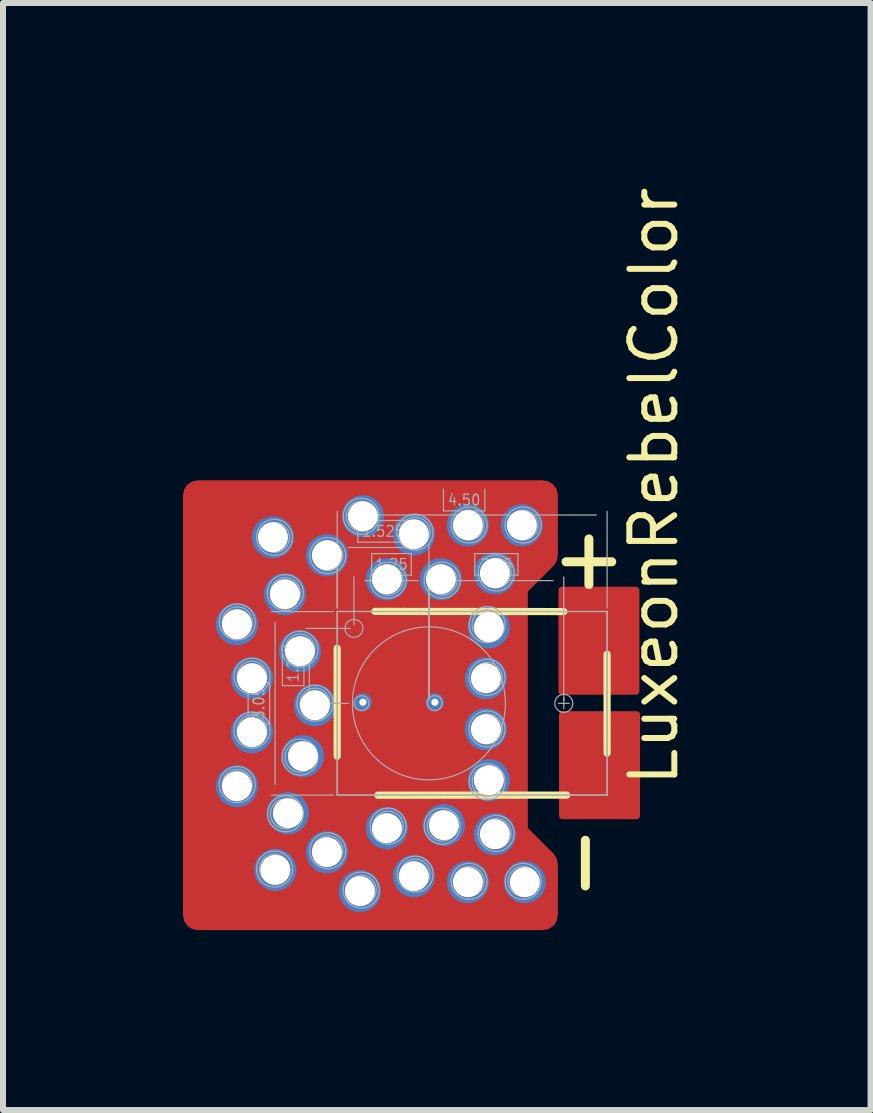
<source format=kicad_pcb>
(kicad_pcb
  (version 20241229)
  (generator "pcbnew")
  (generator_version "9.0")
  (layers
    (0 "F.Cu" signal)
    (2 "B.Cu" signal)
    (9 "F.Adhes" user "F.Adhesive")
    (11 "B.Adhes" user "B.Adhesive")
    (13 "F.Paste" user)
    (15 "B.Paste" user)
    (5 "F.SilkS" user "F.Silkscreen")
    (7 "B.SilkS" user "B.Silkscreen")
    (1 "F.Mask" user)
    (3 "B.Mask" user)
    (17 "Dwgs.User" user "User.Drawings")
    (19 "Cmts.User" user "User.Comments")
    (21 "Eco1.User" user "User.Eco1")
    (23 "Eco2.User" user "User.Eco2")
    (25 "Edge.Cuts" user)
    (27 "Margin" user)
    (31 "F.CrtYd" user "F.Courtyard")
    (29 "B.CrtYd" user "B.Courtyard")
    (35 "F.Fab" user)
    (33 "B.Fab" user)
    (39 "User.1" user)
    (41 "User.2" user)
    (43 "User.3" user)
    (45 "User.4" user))
  (footprint "LuxeonRebelColor"
    (layer "F.Cu")
    (at 3.65 8.657)
    (property "Reference" "LuxeonRebelColor" (at 4.2 -3.6 90) (layer "F.SilkS") (effects (font (size 0.75 0.75) (thickness 0.1))))
    (attr through_hole)
    (fp_line (start -0.928 -0.939) (end -1.446 -1.456) (stroke (width 0.02) (type solid)) (layer "F.Mask"))
    (fp_line (start -0.928 0.971) (end -1.446 1.489) (stroke (width 0.02) (type solid)) (layer "F.Mask"))
    (fp_line (start -0.899 -0.559) (end -0.899 -0.868) (stroke (width 0.02) (type solid)) (layer "F.Mask"))
    (fp_line (start -0.899 0.591) (end -0.899 0.901) (stroke (width 0.02) (type solid)) (layer "F.Mask"))
    (fp_line (start -0.799 -0.459) (end -0.674 -0.459) (stroke (width 0.02) (type solid)) (layer "F.Mask"))
    (fp_line (start -0.674 0.491) (end -0.799 0.491) (stroke (width 0.02) (type solid)) (layer "F.Mask"))
    (fp_line (start -0.504 -1.363) (end -1.021 -1.881) (stroke (width 0.02) (type solid)) (layer "F.Mask"))
    (fp_line (start -0.504 1.396) (end -1.021 1.914) (stroke (width 0.02) (type solid)) (layer "F.Mask"))
    (fp_line (start -0.433 -1.334) (end 0.671 -1.334) (stroke (width 0.02) (type solid)) (layer "F.Mask"))
    (fp_line (start -0.433 1.366) (end 0.671 1.366) (stroke (width 0.02) (type solid)) (layer "F.Mask"))
    (fp_line (start 0.546 -0.459) (end 0.671 -0.459) (stroke (width 0.02) (type solid)) (layer "F.Mask"))
    (fp_line (start 0.671 0.491) (end 0.546 0.491) (stroke (width 0.02) (type solid)) (layer "F.Mask"))
    (fp_line (start 0.771 -1.234) (end 0.771 -0.559) (stroke (width 0.02) (type solid)) (layer "F.Mask"))
    (fp_line (start 0.771 0.591) (end 0.771 1.266) (stroke (width 0.02) (type solid)) (layer "F.Mask"))
    (fp_line (start 2.671 -0.336) (end 2.671 -1.236) (stroke (width 0.02) (type solid)) (layer "F.Mask"))
    (fp_line (start 2.671 0.366) (end 2.671 1.266) (stroke (width 0.02) (type solid)) (layer "F.Mask"))
    (fp_line (start 2.847 -1.366) (end 3.282 -1.802) (stroke (width 0.02) (type solid)) (layer "F.Mask"))
    (fp_line (start 2.847 1.396) (end 3.282 1.832) (stroke (width 0.02) (type solid)) (layer "F.Mask"))
    (fp_line (start 3.141 -0.236) (end 2.771 -0.236) (stroke (width 0.02) (type solid)) (layer "F.Mask"))
    (fp_line (start 3.141 0.266) (end 2.771 0.266) (stroke (width 0.02) (type solid)) (layer "F.Mask"))
    (fp_line (start 3.241 -0.871) (end 3.241 -0.336) (stroke (width 0.02) (type solid)) (layer "F.Mask"))
    (fp_line (start 3.241 0.901) (end 3.241 0.366) (stroke (width 0.02) (type solid)) (layer "F.Mask"))
    (fp_line (start 3.271 -0.941) (end 3.707 -1.377) (stroke (width 0.02) (type solid)) (layer "F.Mask"))
    (fp_line (start 3.271 0.971) (end 3.707 1.407) (stroke (width 0.02) (type solid)) (layer "F.Mask"))
    (fp_arc (start -1.469815 -1.558875) (mid -1.337503 -1.77238) (end -1.124058 -1.904788) (stroke (width 0.02) (type solid)) (layer "F.Mask"))
    (fp_arc (start -1.46974 1.591984) (mid -1.472322 1.537253) (end -1.445676 1.489377) (stroke (width 0.02) (type solid)) (layer "F.Mask"))
    (fp_arc (start -1.445692 -1.456507) (mid -1.472327 -1.504389) (end -1.469733 -1.559119) (stroke (width 0.02) (type solid)) (layer "F.Mask"))
    (fp_arc (start -1.124034 -1.904796) (mid -1.069303 -1.907375) (end -1.021428 -1.880727) (stroke (width 0.02) (type solid)) (layer "F.Mask"))
    (fp_arc (start -1.123814 1.937756) (mid -1.337321 1.805448) (end -1.469733 1.592005) (stroke (width 0.02) (type solid)) (layer "F.Mask"))
    (fp_arc (start -1.021447 1.913631) (mid -1.069328 1.940267) (end -1.124058 1.937674) (stroke (width 0.02) (type solid)) (layer "F.Mask"))
    (fp_arc (start -0.927807 -0.938598) (mid -0.90613 -0.906156) (end -0.898518 -0.867887) (stroke (width 0.02) (type solid)) (layer "F.Mask"))
    (fp_arc (start -0.898518 0.591418) (mid -0.869229 0.520707) (end -0.798518 0.491418) (stroke (width 0.02) (type solid)) (layer "F.Mask"))
    (fp_arc (start -0.898518 0.90077) (mid -0.906129 0.939039) (end -0.927805 0.971482) (stroke (width 0.02) (type solid)) (layer "F.Mask"))
    (fp_arc (start -0.798518 -0.458582) (mid -0.869229 -0.487871) (end -0.898518 -0.558582) (stroke (width 0.02) (type solid)) (layer "F.Mask"))
    (fp_arc (start -0.673518 -0.458582) (mid -0.337642 -0.319458) (end -0.198518 0.016418) (stroke (width 0.02) (type solid)) (layer "F.Mask"))
    (fp_arc (start -0.503569 1.395729) (mid -0.471127 1.374052) (end -0.432858 1.36644) (stroke (width 0.02) (type solid)) (layer "F.Mask"))
    (fp_arc (start -0.43286 -1.333554) (mid -0.471128 -1.341167) (end -0.50357 -1.362845) (stroke (width 0.02) (type solid)) (layer "F.Mask"))
    (fp_arc (start -0.198518 0.016418) (mid -0.337642 0.352294) (end -0.673518 0.491418) (stroke (width 0.02) (type solid)) (layer "F.Mask"))
    (fp_arc (start 0.071482 0.016418) (mid 0.210606 -0.319458) (end 0.546482 -0.458582) (stroke (width 0.02) (type solid)) (layer "F.Mask"))
    (fp_arc (start 0.546482 0.491418) (mid 0.210606 0.352294) (end 0.071482 0.016418) (stroke (width 0.02) (type solid)) (layer "F.Mask"))
    (fp_arc (start 0.671481 -1.333554) (mid 0.742192 -1.304265) (end 0.771481 -1.233554) (stroke (width 0.02) (type solid)) (layer "F.Mask"))
    (fp_arc (start 0.671482 0.491418) (mid 0.742193 0.520707) (end 0.771482 0.591418) (stroke (width 0.02) (type solid)) (layer "F.Mask"))
    (fp_arc (start 0.771481 -0.558582) (mid 0.742192 -0.487871) (end 0.671481 -0.458582) (stroke (width 0.02) (type solid)) (layer "F.Mask"))
    (fp_arc (start 0.771481 1.26644) (mid 0.742192 1.337151) (end 0.671481 1.36644) (stroke (width 0.02) (type solid)) (layer "F.Mask"))
    (fp_arc (start 2.671478 -1.23639) (mid 2.700767 -1.307101) (end 2.771478 -1.33639) (stroke (width 0.02) (type solid)) (layer "F.Mask"))
    (fp_arc (start 2.671478 0.366392) (mid 2.700767 0.295681) (end 2.771478 0.266392) (stroke (width 0.02) (type solid)) (layer "F.Mask"))
    (fp_arc (start 2.771478 -0.236392) (mid 2.700767 -0.265681) (end 2.671478 -0.336392) (stroke (width 0.02) (type solid)) (layer "F.Mask"))
    (fp_arc (start 2.771478 1.36639) (mid 2.700767 1.337101) (end 2.671478 1.26639) (stroke (width 0.02) (type solid)) (layer "F.Mask"))
    (fp_arc (start 2.775824 1.36639) (mid 2.814092 1.374003) (end 2.846534 1.395681) (stroke (width 0.02) (type solid)) (layer "F.Mask"))
    (fp_arc (start 2.846534 -1.365681) (mid 2.814092 -1.344003) (end 2.775824 -1.33639) (stroke (width 0.02) (type solid)) (layer "F.Mask"))
    (fp_arc (start 3.141479 0.266392) (mid 3.21219 0.295681) (end 3.241479 0.366392) (stroke (width 0.02) (type solid)) (layer "F.Mask"))
    (fp_arc (start 3.241479 -0.336392) (mid 3.21219 -0.265681) (end 3.141479 -0.236392) (stroke (width 0.02) (type solid)) (layer "F.Mask"))
    (fp_arc (start 3.241481 -0.870722) (mid 3.249093 -0.90899) (end 3.27077 -0.941433) (stroke (width 0.02) (type solid)) (layer "F.Mask"))
    (fp_arc (start 3.27077 0.971433) (mid 3.249093 0.938991) (end 3.241481 0.900722) (stroke (width 0.02) (type solid)) (layer "F.Mask"))
    (fp_arc (start 3.282453 -1.80162) (mid 3.323259 -1.826334) (end 3.370871 -1.829331) (stroke (width 0.02) (type solid)) (layer "F.Mask"))
    (fp_arc (start 3.37079 -1.829346) (mid 3.609676 -1.704585) (end 3.734426 -1.465694) (stroke (width 0.02) (type solid)) (layer "F.Mask"))
    (fp_arc (start 3.370871 1.859331) (mid 3.323259 1.856334) (end 3.282453 1.83162) (stroke (width 0.02) (type solid)) (layer "F.Mask"))
    (fp_arc (start 3.706637 1.407321) (mid 3.731385 1.448106) (end 3.734421 1.495716) (stroke (width 0.02) (type solid)) (layer "F.Mask"))
    (fp_arc (start 3.734421 -1.465716) (mid 3.731385 -1.418106) (end 3.706637 -1.377321) (stroke (width 0.02) (type solid)) (layer "F.Mask"))
    (fp_arc (start 3.734426 1.495694) (mid 3.609676 1.734586) (end 3.37079 1.859346) (stroke (width 0.02) (type solid)) (layer "F.Mask"))
    (fp_poly (pts (xy 2.67 0.425) (xy 2.67 0.35) (xy 2.695 0.3) (xy 2.745 0.275) (xy 3.17 0.275) (xy 3.22 0.3) (xy 3.236 0.366) (xy 3.245 0.95) (xy 3.72 1.425) (xy 3.729 1.496) (xy 3.645 1.7) (xy 3.52 1.8) (xy 3.42 1.85) (xy 3.32 1.85) (xy 3.145 1.7) (xy 2.82 1.375) (xy 2.766 1.366) (xy 2.72 1.35) (xy 2.67 1.3)) (stroke (width 0.01) (type solid)) (fill yes) (layer "F.Mask"))
    (fp_poly (pts (xy 2.675 -0.39) (xy 2.675 -0.315) (xy 2.7 -0.265) (xy 2.75 -0.24) (xy 3.175 -0.24) (xy 3.225 -0.265) (xy 3.241 -0.331) (xy 3.25 -0.915) (xy 3.725 -1.39) (xy 3.734 -1.461) (xy 3.65 -1.665) (xy 3.525 -1.765) (xy 3.425 -1.815) (xy 3.325 -1.815) (xy 3.15 -1.665) (xy 2.825 -1.34) (xy 2.771 -1.331) (xy 2.725 -1.315) (xy 2.675 -1.265)) (stroke (width 0.01) (type solid)) (fill yes) (layer "F.Mask"))
    (fp_poly (pts (xy 0.76 -0.565) (xy 0.76 -1.255) (xy 0.73 -1.305) (xy 0.66 -1.325) (xy -0.45 -1.325) (xy -0.51 -1.355) (xy -1.04 -1.885) (xy -1.08 -1.905) (xy -1.15 -1.885) (xy -1.25 -1.835) (xy -1.37 -1.725) (xy -1.44 -1.605) (xy -1.47 -1.535) (xy -1.45 -1.475) (xy -0.91 -0.935) (xy -0.89 -0.895) (xy -0.89 -0.545) (xy -0.87 -0.505) (xy -0.84 -0.475) (xy -0.78 -0.465) (xy -0.63 -0.465) (xy -0.51 -0.445) (xy -0.4 -0.385) (xy -0.29 -0.285) (xy -0.22 -0.165) (xy -0.2 -0.075) (xy -0.19 0.015) (xy -0.2 0.125) (xy -0.24 0.235) (xy -0.34 0.375) (xy -0.47 0.455) (xy -0.57 0.495) (xy -0.7 0.505) (xy -0.82 0.505) (xy -0.86 0.525) (xy -0.88 0.555) (xy -0.89 0.635) (xy -0.89 0.905) (xy -0.9 0.955) (xy -1.45 1.515) (xy -1.46 1.555) (xy -1.45 1.605) (xy -1.39 1.725) (xy -1.28 1.845) (xy -1.13 1.925) (xy -1.07 1.935) (xy -1.02 1.895) (xy -0.5 1.375) (xy -0.44 1.355) (xy 0.69 1.355) (xy 0.73 1.335) (xy 0.76 1.285) (xy 0.76 0.575) (xy 0.74 0.525) (xy 0.7 0.505) (xy 0.46 0.495) (xy 0.36 0.465) (xy 0.26 0.415) (xy 0.17 0.325) (xy 0.11 0.225) (xy 0.07 0.125) (xy 0.06 0.045) (xy 0.06 -0.035) (xy 0.09 -0.165) (xy 0.15 -0.265) (xy 0.24 -0.365) (xy 0.33 -0.415) (xy 0.43 -0.455) (xy 0.54 -0.475) (xy 0.69 -0.465) (xy 0.74 -0.495) (xy 0.76 -0.545)) (stroke (width 0.03) (type solid)) (fill yes) (layer "F.Mask"))
    (fp_line (start -1.079 0.9) (end -1.079 -0.9) (stroke (width 0.12) (type solid)) (layer "F.SilkS"))
    (fp_line (start -0.45 -1.514) (end 2.7 -1.511) (stroke (width 0.12) (type solid)) (layer "F.SilkS"))
    (fp_line (start 2.75 1.549) (end -0.4 1.55) (stroke (width 0.12) (type solid)) (layer "F.SilkS"))
    (fp_line (start 3.421 -0.8) (end 3.421 0.85) (stroke (width 0.12) (type solid)) (layer "F.SilkS"))
    (fp_poly (pts (xy 0.7 -0.55) (xy 0.7 -1.25) (xy -0.8 -1.25) (xy -0.8 -0.55)) (stroke (width 0.1) (type solid)) (fill yes) (layer "F.Paste"))
    (fp_poly (pts (xy 0.7 1.3) (xy 0.7 0.55) (xy -0.8 0.55) (xy -0.8 1.3)) (stroke (width 0.1) (type solid)) (fill yes) (layer "F.Paste"))
    (fp_poly (pts (xy 2.75 -1.25) (xy 3.15 -1.25) (xy 3.15 -0.3) (xy 2.75 -0.3)) (stroke (width 0.1) (type solid)) (fill yes) (layer "F.Paste"))
    (fp_poly (pts (xy 2.75 0.35) (xy 3.15 0.35) (xy 3.15 1.3) (xy 2.75 1.3)) (stroke (width 0.1) (type solid)) (fill yes) (layer "F.Paste"))
    (fp_line (start -2.564 -0.326) (end -2.564 0.364) (stroke (width 0.02) (type solid)) (layer "F.Fab"))
    (fp_line (start -2.564 0.364) (end -2.204 0.364) (stroke (width 0.02) (type solid)) (layer "F.Fab"))
    (fp_line (start -2.204 -0.326) (end -2.564 -0.326) (stroke (width 0.02) (type solid)) (layer "F.Fab"))
    (fp_line (start -2.204 0.364) (end -2.204 -0.326) (stroke (width 0.02) (type solid)) (layer "F.Fab"))
    (fp_line (start -2.114 -1.691) (end -2.114 -1.882) (stroke (width 0.02) (type solid)) (layer "F.Fab"))
    (fp_line (start -2.114 1.369) (end -2.114 -1.331) (stroke (width 0.02) (type solid)) (layer "F.Fab"))
    (fp_line (start -1.993 -0.936) (end -1.993 -0.276) (stroke (width 0.02) (type solid)) (layer "F.Fab"))
    (fp_line (start -1.993 -0.276) (end -1.633 -0.276) (stroke (width 0.02) (type solid)) (layer "F.Fab"))
    (fp_line (start -1.633 -0.936) (end -1.993 -0.936) (stroke (width 0.02) (type solid)) (layer "F.Fab"))
    (fp_line (start -1.633 -0.276) (end -1.633 -0.936) (stroke (width 0.02) (type solid)) (layer "F.Fab"))
    (fp_line (start -1.543 -0.161) (end -1.543 -1.051) (stroke (width 0.02) (type solid)) (layer "F.Fab"))
    (fp_line (start -1.139 -1.511) (end -2.174 -1.511) (stroke (width 0.02) (type solid)) (layer "F.Fab"))
    (fp_line (start -1.139 1.549) (end -2.174 1.549) (stroke (width 0.02) (type solid)) (layer "F.Fab"))
    (fp_line (start -1.079 -1.571) (end -1.079 -3.181) (stroke (width 0.02) (type solid)) (layer "F.Fab"))
    (fp_line (start -1.079 -1.571) (end -1.079 -2.639) (stroke (width 0.02) (type solid)) (layer "F.Fab"))
    (fp_line (start -1.079 -1.514) (end 3.421 -1.514) (stroke (width 0.02) (type solid)) (layer "F.Fab"))
    (fp_line (start -1.079 -1.511) (end 3.421 -1.511) (stroke (width 0.02) (type solid)) (layer "F.Fab"))
    (fp_line (start -1.079 1.546) (end -1.079 -1.514) (stroke (width 0.02) (type solid)) (layer "F.Fab"))
    (fp_line (start -1.079 1.549) (end -1.079 -1.511) (stroke (width 0.02) (type solid)) (layer "F.Fab"))
    (fp_line (start -0.899 -3.121) (end 3.241 -3.121) (stroke (width 0.02) (type solid)) (layer "F.Fab"))
    (fp_line (start -0.899 -2.579) (end 0.271 -2.579) (stroke (width 0.02) (type solid)) (layer "F.Fab"))
    (fp_line (start -0.884 0.019) (end -1.603 0.019) (stroke (width 0.02) (type solid)) (layer "F.Fab"))
    (fp_line (start -0.859 -1.231) (end -1.603 -1.231) (stroke (width 0.02) (type solid)) (layer "F.Fab"))
    (fp_line (start -0.799 -1.291) (end -0.799 -2.088) (stroke (width 0.02) (type solid)) (layer "F.Fab"))
    (fp_line (start -0.734 -3.029) (end -0.734 -2.669) (stroke (width 0.02) (type solid)) (layer "F.Fab"))
    (fp_line (start -0.734 -2.669) (end 0.106 -2.669) (stroke (width 0.02) (type solid)) (layer "F.Fab"))
    (fp_line (start -0.504 -2.478) (end -0.504 -2.118) (stroke (width 0.02) (type solid)) (layer "F.Fab"))
    (fp_line (start -0.504 -2.118) (end 0.156 -2.118) (stroke (width 0.02) (type solid)) (layer "F.Fab"))
    (fp_line (start 0.106 -3.029) (end -0.734 -3.029) (stroke (width 0.02) (type solid)) (layer "F.Fab"))
    (fp_line (start 0.106 -2.669) (end 0.106 -3.029) (stroke (width 0.02) (type solid)) (layer "F.Fab"))
    (fp_line (start 0.156 -2.478) (end -0.504 -2.478) (stroke (width 0.02) (type solid)) (layer "F.Fab"))
    (fp_line (start 0.156 -2.118) (end 0.156 -2.478) (stroke (width 0.02) (type solid)) (layer "F.Fab"))
    (fp_line (start 0.271 -2.028) (end -0.619 -2.028) (stroke (width 0.02) (type solid)) (layer "F.Fab"))
    (fp_line (start 0.451 -0.101) (end 0.451 -2.088) (stroke (width 0.02) (type solid)) (layer "F.Fab"))
    (fp_line (start 0.451 -0.041) (end 0.451 -2.639) (stroke (width 0.02) (type solid)) (layer "F.Fab"))
    (fp_line (start 0.451 -0.041) (end 0.451 -2.088) (stroke (width 0.02) (type solid)) (layer "F.Fab"))
    (fp_line (start 0.631 -2.028) (end 2.519 -2.028) (stroke (width 0.02) (type solid)) (layer "F.Fab"))
    (fp_line (start 0.693 -3.55) (end 0.693 -3.19) (stroke (width 0.02) (type solid)) (layer "F.Fab"))
    (fp_line (start 0.693 -3.19) (end 1.383 -3.19) (stroke (width 0.02) (type solid)) (layer "F.Fab"))
    (fp_line (start 1.215 -2.478) (end 1.215 -2.118) (stroke (width 0.02) (type solid)) (layer "F.Fab"))
    (fp_line (start 1.215 -2.118) (end 1.935 -2.118) (stroke (width 0.02) (type solid)) (layer "F.Fab"))
    (fp_line (start 1.383 -3.19) (end 1.383 -3.55) (stroke (width 0.02) (type solid)) (layer "F.Fab"))
    (fp_line (start 1.935 -2.478) (end 1.215 -2.478) (stroke (width 0.02) (type solid)) (layer "F.Fab"))
    (fp_line (start 1.935 -2.118) (end 1.935 -2.478) (stroke (width 0.02) (type solid)) (layer "F.Fab"))
    (fp_line (start 2.609 0.019) (end 2.789 0.019) (stroke (width 0.02) (type solid)) (layer "F.Fab"))
    (fp_line (start 2.699 -0.041) (end 2.699 -2.088) (stroke (width 0.02) (type solid)) (layer "F.Fab"))
    (fp_line (start 2.699 0.109) (end 2.699 -0.071) (stroke (width 0.02) (type solid)) (layer "F.Fab"))
    (fp_line (start 3.421 -1.571) (end 3.421 -3.181) (stroke (width 0.02) (type solid)) (layer "F.Fab"))
    (fp_line (start 3.421 -1.514) (end 3.421 1.546) (stroke (width 0.02) (type solid)) (layer "F.Fab"))
    (fp_line (start 3.421 -1.511) (end 3.421 1.549) (stroke (width 0.02) (type solid)) (layer "F.Fab"))
    (fp_line (start 3.421 1.546) (end -1.079 1.546) (stroke (width 0.02) (type solid)) (layer "F.Fab"))
    (fp_line (start 3.421 1.549) (end -1.079 1.549) (stroke (width 0.02) (type solid)) (layer "F.Fab"))
    (fp_circle (center -2.744 -1.339) (end -2.494 -1.339) (stroke (width 0.02) (type solid)) (fill no) (layer "F.Fab"))
    (fp_circle (center -2.744 -1.339) (end -2.444 -1.339) (stroke (width 0.02) (type solid)) (fill no) (layer "F.Fab"))
    (fp_circle (center -2.744 1.372) (end -2.494 1.372) (stroke (width 0.02) (type solid)) (fill no) (layer "F.Fab"))
    (fp_circle (center -2.744 1.372) (end -2.444 1.372) (stroke (width 0.02) (type solid)) (fill no) (layer "F.Fab"))
    (fp_circle (center -2.499 -0.434) (end -2.249 -0.434) (stroke (width 0.02) (type solid)) (fill no) (layer "F.Fab"))
    (fp_circle (center -2.499 -0.434) (end -2.199 -0.434) (stroke (width 0.02) (type solid)) (fill no) (layer "F.Fab"))
    (fp_circle (center -2.499 0.466) (end -2.249 0.466) (stroke (width 0.02) (type solid)) (fill no) (layer "F.Fab"))
    (fp_circle (center -2.499 0.466) (end -2.199 0.466) (stroke (width 0.02) (type solid)) (fill no) (layer "F.Fab"))
    (fp_circle (center -2.123 -2.748) (end -1.873 -2.748) (stroke (width 0.02) (type solid)) (fill no) (layer "F.Fab"))
    (fp_circle (center -2.123 -2.748) (end -1.823 -2.748) (stroke (width 0.02) (type solid)) (fill no) (layer "F.Fab"))
    (fp_circle (center -2.123 2.781) (end -1.873 2.781) (stroke (width 0.02) (type solid)) (fill no) (layer "F.Fab"))
    (fp_circle (center -2.123 2.781) (end -1.823 2.781) (stroke (width 0.02) (type solid)) (fill no) (layer "F.Fab"))
    (fp_circle (center -1.942 -1.827) (end -1.692 -1.827) (stroke (width 0.02) (type solid)) (fill no) (layer "F.Fab"))
    (fp_circle (center -1.942 -1.827) (end -1.642 -1.827) (stroke (width 0.02) (type solid)) (fill no) (layer "F.Fab"))
    (fp_circle (center -1.942 1.86) (end -1.692 1.86) (stroke (width 0.02) (type solid)) (fill no) (layer "F.Fab"))
    (fp_circle (center -1.942 1.86) (end -1.642 1.86) (stroke (width 0.02) (type solid)) (fill no) (layer "F.Fab"))
    (fp_circle (center -1.699 -0.884) (end -1.449 -0.884) (stroke (width 0.02) (type solid)) (fill no) (layer "F.Fab"))
    (fp_circle (center -1.699 -0.884) (end -1.399 -0.884) (stroke (width 0.02) (type solid)) (fill no) (layer "F.Fab"))
    (fp_circle (center -1.699 0.916) (end -1.449 0.916) (stroke (width 0.02) (type solid)) (fill no) (layer "F.Fab"))
    (fp_circle (center -1.699 0.916) (end -1.399 0.916) (stroke (width 0.02) (type solid)) (fill no) (layer "F.Fab"))
    (fp_circle (center -1.449 0.016) (end -1.199 0.016) (stroke (width 0.02) (type solid)) (fill no) (layer "F.Fab"))
    (fp_circle (center -1.449 0.016) (end -1.149 0.016) (stroke (width 0.02) (type solid)) (fill no) (layer "F.Fab"))
    (fp_circle (center -1.235 -2.444) (end -0.985 -2.444) (stroke (width 0.02) (type solid)) (fill no) (layer "F.Fab"))
    (fp_circle (center -1.235 -2.444) (end -0.935 -2.444) (stroke (width 0.02) (type solid)) (fill no) (layer "F.Fab"))
    (fp_circle (center -1.235 2.477) (end -0.985 2.477) (stroke (width 0.02) (type solid)) (fill no) (layer "F.Fab"))
    (fp_circle (center -1.235 2.477) (end -0.935 2.477) (stroke (width 0.02) (type solid)) (fill no) (layer "F.Fab"))
    (fp_circle (center -0.799 -1.231) (end -0.649 -1.231) (stroke (width 0.02) (type solid)) (fill no) (layer "F.Fab"))
    (fp_circle (center -0.678 -3.1) (end -0.428 -3.1) (stroke (width 0.02) (type solid)) (fill no) (layer "F.Fab"))
    (fp_circle (center -0.678 -3.1) (end -0.378 -3.1) (stroke (width 0.02) (type solid)) (fill no) (layer "F.Fab"))
    (fp_circle (center -0.678 3.132) (end -0.428 3.132) (stroke (width 0.02) (type solid)) (fill no) (layer "F.Fab"))
    (fp_circle (center -0.678 3.132) (end -0.378 3.132) (stroke (width 0.02) (type solid)) (fill no) (layer "F.Fab"))
    (fp_circle (center -0.674 0.016) (end -0.549 0.016) (stroke (width 0.02) (type solid)) (fill no) (layer "F.Fab"))
    (fp_circle (center -0.229 -2.034) (end 0.021 -2.034) (stroke (width 0.02) (type solid)) (fill no) (layer "F.Fab"))
    (fp_circle (center -0.229 -2.034) (end 0.071 -2.034) (stroke (width 0.02) (type solid)) (fill no) (layer "F.Fab"))
    (fp_circle (center -0.229 2.066) (end 0.021 2.066) (stroke (width 0.02) (type solid)) (fill no) (layer "F.Fab"))
    (fp_circle (center -0.229 2.066) (end 0.071 2.066) (stroke (width 0.02) (type solid)) (fill no) (layer "F.Fab"))
    (fp_circle (center 0.221 -2.834) (end 0.471 -2.834) (stroke (width 0.02) (type solid)) (fill no) (layer "F.Fab"))
    (fp_circle (center 0.221 -2.834) (end 0.521 -2.834) (stroke (width 0.02) (type solid)) (fill no) (layer "F.Fab"))
    (fp_circle (center 0.221 2.866) (end 0.471 2.866) (stroke (width 0.02) (type solid)) (fill no) (layer "F.Fab"))
    (fp_circle (center 0.221 2.866) (end 0.521 2.866) (stroke (width 0.02) (type solid)) (fill no) (layer "F.Fab"))
    (fp_circle (center 0.451 0.019) (end 1.726 0.019) (stroke (width 0.02) (type solid)) (fill no) (layer "F.Fab"))
    (fp_circle (center 0.546 0.016) (end 0.671 0.016) (stroke (width 0.02) (type solid)) (fill no) (layer "F.Fab"))
    (fp_circle (center 0.671 -2.034) (end 0.921 -2.034) (stroke (width 0.02) (type solid)) (fill no) (layer "F.Fab"))
    (fp_circle (center 0.671 -2.034) (end 0.971 -2.034) (stroke (width 0.02) (type solid)) (fill no) (layer "F.Fab"))
    (fp_circle (center 0.671 2.066) (end 0.921 2.066) (stroke (width 0.02) (type solid)) (fill no) (layer "F.Fab"))
    (fp_circle (center 0.671 2.066) (end 0.971 2.066) (stroke (width 0.02) (type solid)) (fill no) (layer "F.Fab"))
    (fp_circle (center 1.121 -2.954) (end 1.371 -2.954) (stroke (width 0.02) (type solid)) (fill no) (layer "F.Fab"))
    (fp_circle (center 1.121 -2.954) (end 1.421 -2.954) (stroke (width 0.02) (type solid)) (fill no) (layer "F.Fab"))
    (fp_circle (center 1.121 2.987) (end 1.371 2.987) (stroke (width 0.02) (type solid)) (fill no) (layer "F.Fab"))
    (fp_circle (center 1.121 2.987) (end 1.421 2.987) (stroke (width 0.02) (type solid)) (fill no) (layer "F.Fab"))
    (fp_circle (center 1.421 -1.294) (end 1.671 -1.294) (stroke (width 0.02) (type solid)) (fill no) (layer "F.Fab"))
    (fp_circle (center 1.421 -1.294) (end 1.721 -1.294) (stroke (width 0.02) (type solid)) (fill no) (layer "F.Fab"))
    (fp_circle (center 1.421 -0.414) (end 1.671 -0.414) (stroke (width 0.02) (type solid)) (fill no) (layer "F.Fab"))
    (fp_circle (center 1.421 -0.414) (end 1.721 -0.414) (stroke (width 0.02) (type solid)) (fill no) (layer "F.Fab"))
    (fp_circle (center 1.421 0.446) (end 1.671 0.446) (stroke (width 0.02) (type solid)) (fill no) (layer "F.Fab"))
    (fp_circle (center 1.421 0.446) (end 1.721 0.446) (stroke (width 0.02) (type solid)) (fill no) (layer "F.Fab"))
    (fp_circle (center 1.421 1.326) (end 1.671 1.326) (stroke (width 0.02) (type solid)) (fill no) (layer "F.Fab"))
    (fp_circle (center 1.421 1.326) (end 1.721 1.326) (stroke (width 0.02) (type solid)) (fill no) (layer "F.Fab"))
    (fp_circle (center 1.571 -2.154) (end 1.821 -2.154) (stroke (width 0.02) (type solid)) (fill no) (layer "F.Fab"))
    (fp_circle (center 1.571 -2.154) (end 1.871 -2.154) (stroke (width 0.02) (type solid)) (fill no) (layer "F.Fab"))
    (fp_circle (center 1.571 2.187) (end 1.821 2.187) (stroke (width 0.02) (type solid)) (fill no) (layer "F.Fab"))
    (fp_circle (center 1.571 2.187) (end 1.871 2.187) (stroke (width 0.02) (type solid)) (fill no) (layer "F.Fab"))
    (fp_circle (center 2.021 -2.954) (end 2.271 -2.954) (stroke (width 0.02) (type solid)) (fill no) (layer "F.Fab"))
    (fp_circle (center 2.021 -2.954) (end 2.321 -2.954) (stroke (width 0.02) (type solid)) (fill no) (layer "F.Fab"))
    (fp_circle (center 2.021 2.987) (end 2.271 2.987) (stroke (width 0.02) (type solid)) (fill no) (layer "F.Fab"))
    (fp_circle (center 2.021 2.987) (end 2.321 2.987) (stroke (width 0.02) (type solid)) (fill no) (layer "F.Fab"))
    (fp_circle (center 2.699 0.019) (end 2.849 0.019) (stroke (width 0.02) (type solid)) (fill no) (layer "F.Fab"))
    (fp_text user "-" (at 2.4 3.4 90) (layer "F.SilkS") (effects (font (size 1 1) (thickness 0.15)) (justify left top)))
    (fp_text user "+" (at 2.4 -3 0) (layer "F.SilkS") (effects (font (size 1 1) (thickness 0.15)) (justify left top)))
    (fp_text user "1.25" (at -1.813 -0.606 90) (layer "F.Fab") (effects (font (size 0.18 0.162) (thickness 0.022))))
    (fp_text user "1.525" (at -0.314 -2.849 0) (layer "F.Fab") (effects (font (size 0.18 0.162) (thickness 0.022))))
    (fp_text user "1.25" (at -0.174 -2.298 0) (layer "F.Fab") (effects (font (size 0.18 0.162) (thickness 0.022))))
    (fp_text user "2.25" (at 1.575 -2.298 0) (layer "F.Fab") (effects (font (size 0.18 0.162) (thickness 0.022))))
    (fp_text user "4.50" (at 1.038 -3.37 0) (layer "F.Fab") (effects (font (size 0.18 0.162) (thickness 0.022))))
    (fp_text user "3.05" (at -2.384 0.019 90) (layer "F.Fab") (effects (font (size 0.18 0.162) (thickness 0.022))))
    (pad "1" smd custom (at 3.45 1.55) (size 0.5 0.5) (layers "F.Cu") (options (anchor circle)) (primitives (gr_poly (pts (xy -0.78 -1.35) (xy -0.78 0.35) (xy 0.47 0.35) (xy 0.47 -1.35)) (width 0.1) (fill yes))))
    (pad "2" smd custom (at 3.4 -1.5) (size 0.5 0.5) (layers "F.Cu") (options (anchor circle)) (primitives (gr_poly (pts (xy -0.74 -0.375) (xy -0.74 1.325) (xy 0.51 1.325) (xy 0.51 -0.375)) (width 0.1) (fill yes))))
    (pad "3" smd custom (at -3.4 -3.45) (size 0.3 0.3) (layers "F.Cu") (options (anchor circle)) (primitives (gr_poly (pts (xy 0 0) (xy 0 7) (xy 5.75 7) (xy 5.75 6.15) (xy 5.25 5.65) (xy 5.25 1.5) (xy 5.75 1) (xy 5.75 0)) (width 0.5) (fill yes))))
    (pad "3" thru_hole circle (at -2.75 -1.3) (size 0.7 0.7) (drill 0.5) (layers "*.Cu"))
    (pad "3" thru_hole circle (at -2.75 1.4) (size 0.7 0.7) (drill 0.5) (layers "*.Cu"))
    (pad "3" thru_hole circle (at -2.5 -0.4) (size 0.7 0.7) (drill 0.5) (layers "*.Cu"))
    (pad "3" thru_hole circle (at -2.5 0.5) (size 0.7 0.7) (drill 0.5) (layers "*.Cu"))
    (pad "3" thru_hole circle (at -2.15 -2.75) (size 0.7 0.7) (drill 0.5) (layers "*.Cu"))
    (pad "3" thru_hole circle (at -2.11 2.795) (size 0.7 0.7) (drill 0.5) (layers "*.Cu"))
    (pad "3" thru_hole circle (at -1.95 -1.8) (size 0.7 0.7) (drill 0.5) (layers "*.Cu"))
    (pad "3" thru_hole circle (at -1.9 1.85) (size 0.7 0.7) (drill 0.5) (layers "*.Cu"))
    (pad "3" thru_hole circle (at -1.7 -0.85) (size 0.7 0.7) (drill 0.5) (layers "*.Cu"))
    (pad "3" thru_hole circle (at -1.65 0.9) (size 0.7 0.7) (drill 0.5) (layers "*.Cu"))
    (pad "3" thru_hole circle (at -1.45 0.05) (size 0.7 0.7) (drill 0.5) (layers "*.Cu"))
    (pad "3" thru_hole circle (at -1.25 -2.45) (size 0.7 0.7) (drill 0.5) (layers "*.Cu"))
    (pad "3" thru_hole circle (at -1.25 2.5) (size 0.7 0.7) (drill 0.5) (layers "*.Cu"))
    (pad "3" thru_hole circle (at -0.7 3.15) (size 0.7 0.7) (drill 0.5) (layers "*.Cu"))
    (pad "3" thru_hole circle (at -0.65 -3.1) (size 0.7 0.7) (drill 0.5) (layers "*.Cu"))
    (pad "3" thru_hole circle (at -0.65 0) (size 0.3 0.3) (drill 0.12) (layers "*.Cu"))
    (pad "3" thru_hole circle (at -0.25 -2.05) (size 0.7 0.7) (drill 0.5) (layers "*.Cu"))
    (pad "3" thru_hole circle (at -0.25 2.1) (size 0.7 0.7) (drill 0.5) (layers "*.Cu"))
    (pad "3" thru_hole circle (at 0.2 -2.8) (size 0.7 0.7) (drill 0.5) (layers "*.Cu"))
    (pad "3" thru_hole circle (at 0.2 2.9) (size 0.7 0.7) (drill 0.5) (layers "*.Cu"))
    (pad "3" thru_hole circle (at 0.55 0) (size 0.3 0.3) (drill 0.12) (layers "*.Cu"))
    (pad "3" thru_hole circle (at 0.65 -2.05) (size 0.7 0.7) (drill 0.5) (layers "*.Cu"))
    (pad "3" thru_hole circle (at 0.7 2.05) (size 0.7 0.7) (drill 0.5) (layers "*.Cu"))
    (pad "3" thru_hole circle (at 1.1 -2.95) (size 0.7 0.7) (drill 0.5) (layers "*.Cu"))
    (pad "3" thru_hole circle (at 1.1 3) (size 0.7 0.7) (drill 0.5) (layers "*.Cu"))
    (pad "3" thru_hole circle (at 1.4 -0.4) (size 0.7 0.7) (drill 0.5) (layers "*.Cu"))
    (pad "3" thru_hole circle (at 1.4 0.45) (size 0.7 0.7) (drill 0.5) (layers "*.Cu"))
    (pad "3" thru_hole circle (at 1.45 -1.25) (size 0.7 0.7) (drill 0.5) (layers "*.Cu"))
    (pad "3" thru_hole circle (at 1.45 1.3) (size 0.7 0.7) (drill 0.5) (layers "*.Cu"))
    (pad "3" thru_hole circle (at 1.55 -2.15) (size 0.7 0.7) (drill 0.5) (layers "*.Cu"))
    (pad "3" thru_hole circle (at 1.55 2.2) (size 0.7 0.7) (drill 0.5) (layers "*.Cu"))
    (pad "3" thru_hole circle (at 2 -2.95) (size 0.7 0.7) (drill 0.5) (layers "*.Cu"))
    (pad "3" thru_hole circle (at 2.05 3) (size 0.7 0.7) (drill 0.5) (layers "*.Cu")))
  (gr_rect
    (start -3 -3)
    (end 11.464 15.457)
    (stroke (width 0.1) (type default))
    (fill no)
    (layer "Edge.Cuts")))
</source>
